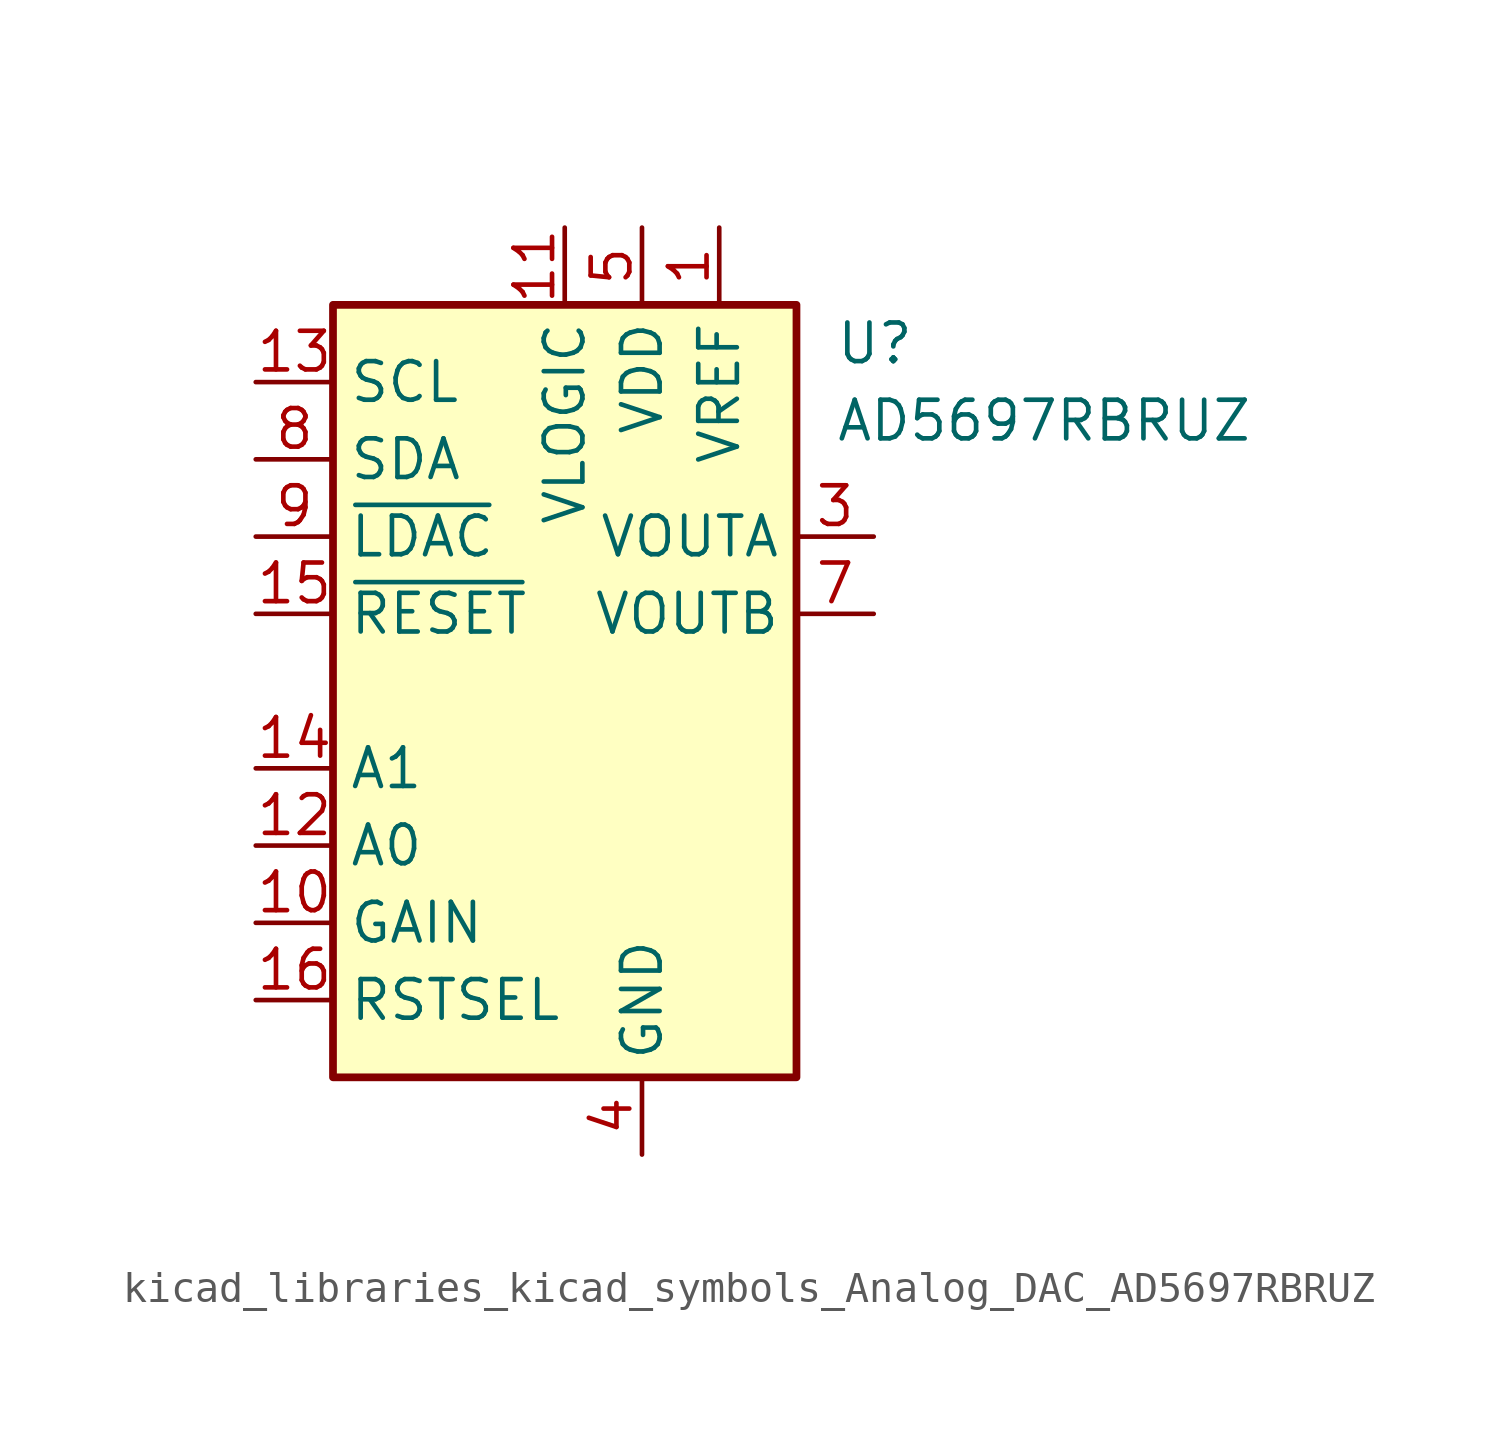
<source format=kicad_sym>
(kicad_symbol_lib
  (version 20220914)
  (generator kicad_symbol_editor)
  (symbol "kicad_libraries_kicad_symbols_Analog_DAC_AD5697RBRUZ"
    (property "Reference" "U"
      (at 8.89 11.43 0)
      (effects (font (size 1.27 1.27)) (justify left)))
    (property "Value" "AD5697RBRUZ"
      (at 8.89 8.89 0)
      (effects (font (size 1.27 1.27)) (justify left)))
    (symbol "kicad_libraries_kicad_symbols_Analog_DAC_AD5697RBRUZ_0_1"
      (rectangle (start -7.62 12.7) (end 7.62 -12.7) (stroke (width 0.254) (type default)) (fill (type background))))
    (symbol "kicad_libraries_kicad_symbols_Analog_DAC_AD5697RBRUZ_1_1"
      (pin power_in line (at 5.08 15.24 270) (length 2.54) (name "VREF" (effects (font (size 1.27 1.27)))) (number "1" (effects (font (size 1.27 1.27)))))
      (pin input line (at -10.16 -7.62 0) (length 2.54) (name "GAIN" (effects (font (size 1.27 1.27)))) (number "10" (effects (font (size 1.27 1.27)))))
      (pin power_in line (at 0 15.24 270) (length 2.54) (name "VLOGIC" (effects (font (size 1.27 1.27)))) (number "11" (effects (font (size 1.27 1.27)))))
      (pin input line (at -10.16 -5.08 0) (length 2.54) (name "A0" (effects (font (size 1.27 1.27)))) (number "12" (effects (font (size 1.27 1.27)))))
      (pin input line (at -10.16 10.16 0) (length 2.54) (name "SCL" (effects (font (size 1.27 1.27)))) (number "13" (effects (font (size 1.27 1.27)))))
      (pin input line (at -10.16 -2.54 0) (length 2.54) (name "A1" (effects (font (size 1.27 1.27)))) (number "14" (effects (font (size 1.27 1.27)))))
      (pin input line (at -10.16 2.54 0) (length 2.54) (name "~{RESET}" (effects (font (size 1.27 1.27)))) (number "15" (effects (font (size 1.27 1.27)))))
      (pin input line (at -10.16 -10.16 0) (length 2.54) (name "RSTSEL" (effects (font (size 1.27 1.27)))) (number "16" (effects (font (size 1.27 1.27)))))
      (pin no_connect line (at 7.62 -5.08 180) (length 2.54) hide (name "NC" (effects (font (size 1.27 1.27)))) (number "2" (effects (font (size 1.27 1.27)))))
      (pin output line (at 10.16 5.08 180) (length 2.54) (name "VOUTA" (effects (font (size 1.27 1.27)))) (number "3" (effects (font (size 1.27 1.27)))))
      (pin power_in line (at 2.54 -15.24 90) (length 2.54) (name "GND" (effects (font (size 1.27 1.27)))) (number "4" (effects (font (size 1.27 1.27)))))
      (pin power_in line (at 2.54 15.24 270) (length 2.54) (name "VDD" (effects (font (size 1.27 1.27)))) (number "5" (effects (font (size 1.27 1.27)))))
      (pin no_connect line (at 7.62 -7.62 180) (length 2.54) hide (name "NC" (effects (font (size 1.27 1.27)))) (number "6" (effects (font (size 1.27 1.27)))))
      (pin output line (at 10.16 2.54 180) (length 2.54) (name "VOUTB" (effects (font (size 1.27 1.27)))) (number "7" (effects (font (size 1.27 1.27)))))
      (pin bidirectional line (at -10.16 7.62 0) (length 2.54) (name "SDA" (effects (font (size 1.27 1.27)))) (number "8" (effects (font (size 1.27 1.27)))))
      (pin input line (at -10.16 5.08 0) (length 2.54) (name "~{LDAC}" (effects (font (size 1.27 1.27)))) (number "9" (effects (font (size 1.27 1.27))))))))
</source>
